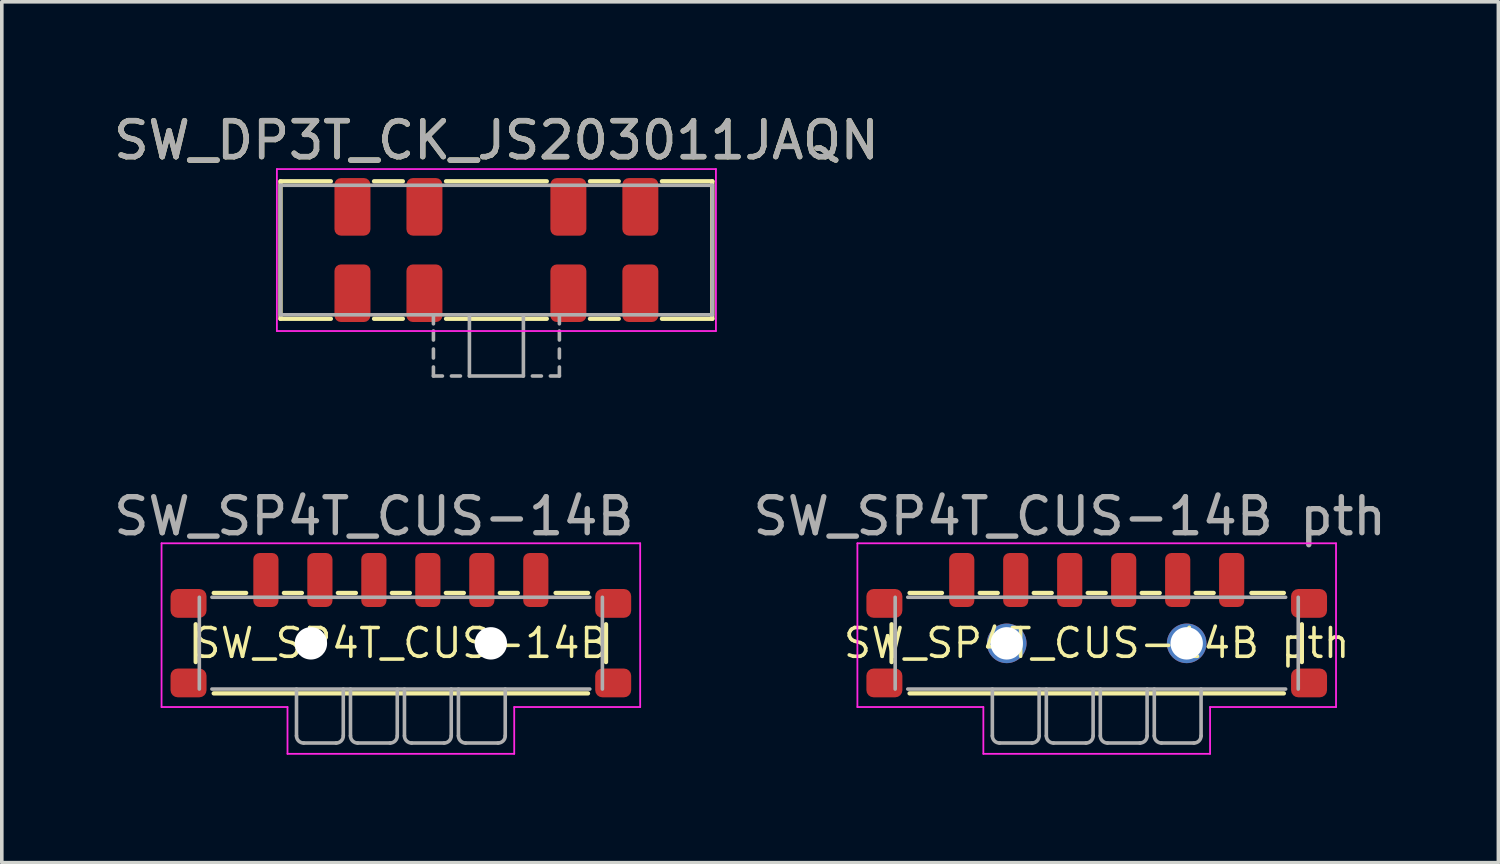
<source format=kicad_pcb>
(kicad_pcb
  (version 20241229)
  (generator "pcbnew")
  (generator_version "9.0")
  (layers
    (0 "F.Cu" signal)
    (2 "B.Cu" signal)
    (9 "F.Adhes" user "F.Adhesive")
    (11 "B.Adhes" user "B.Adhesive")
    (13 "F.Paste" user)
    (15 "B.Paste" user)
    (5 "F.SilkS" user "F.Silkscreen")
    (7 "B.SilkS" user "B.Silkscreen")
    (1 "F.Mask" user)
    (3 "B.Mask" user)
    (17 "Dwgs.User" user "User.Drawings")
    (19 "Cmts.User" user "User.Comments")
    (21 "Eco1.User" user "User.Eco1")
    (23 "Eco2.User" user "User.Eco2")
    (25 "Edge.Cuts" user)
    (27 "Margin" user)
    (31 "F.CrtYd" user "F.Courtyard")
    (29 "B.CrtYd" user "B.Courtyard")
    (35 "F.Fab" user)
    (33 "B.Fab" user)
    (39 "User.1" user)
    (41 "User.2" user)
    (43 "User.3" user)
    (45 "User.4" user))
  (footprint "SW_DP3T_CK_JS203011JAQN"
    (layer "F.Cu")
    (at 10.744 3.898)
    (property "Reference" "SW_DP3T_CK_JS203011JAQN" (at 0 -3.05 0) (layer "F.SilkS") (effects (font (size 1 1) (thickness 0.15))))
    (attr smd)
    (fp_line (start -6 -1.91) (end -6 1.91) (stroke (width 0.12) (type solid)) (layer "F.SilkS"))
    (fp_line (start -4.6 -1.91) (end -6 -1.91) (stroke (width 0.12) (type solid)) (layer "F.SilkS"))
    (fp_line (start -4.6 1.91) (end -6 1.91) (stroke (width 0.12) (type solid)) (layer "F.SilkS"))
    (fp_line (start -2.6 -1.91) (end -3.4 -1.91) (stroke (width 0.12) (type solid)) (layer "F.SilkS"))
    (fp_line (start -2.6 1.91) (end -3.4 1.91) (stroke (width 0.12) (type solid)) (layer "F.SilkS"))
    (fp_line (start 1.4 -1.91) (end -1.4 -1.91) (stroke (width 0.12) (type solid)) (layer "F.SilkS"))
    (fp_line (start 1.4 1.91) (end -1.4 1.91) (stroke (width 0.12) (type solid)) (layer "F.SilkS"))
    (fp_line (start 3.4 -1.91) (end 2.6 -1.91) (stroke (width 0.12) (type solid)) (layer "F.SilkS"))
    (fp_line (start 3.4 1.91) (end 2.6 1.91) (stroke (width 0.12) (type solid)) (layer "F.SilkS"))
    (fp_line (start 6 -1.91) (end 4.6 -1.91) (stroke (width 0.12) (type solid)) (layer "F.SilkS"))
    (fp_line (start 6 -1.91) (end 6 1.91) (stroke (width 0.12) (type solid)) (layer "F.SilkS"))
    (fp_line (start 6 1.91) (end 4.6 1.91) (stroke (width 0.12) (type solid)) (layer "F.SilkS"))
    (fp_line (start -6.1 -2.25) (end -6.1 2.25) (stroke (width 0.05) (type solid)) (layer "F.CrtYd"))
    (fp_line (start -6.1 -2.25) (end 6.1 -2.25) (stroke (width 0.05) (type solid)) (layer "F.CrtYd"))
    (fp_line (start 6.1 -2.25) (end 6.1 2.25) (stroke (width 0.05) (type solid)) (layer "F.CrtYd"))
    (fp_line (start 6.1 2.25) (end -6.1 2.25) (stroke (width 0.05) (type solid)) (layer "F.CrtYd"))
    (fp_line (start -6 -1.8) (end 6 -1.8) (stroke (width 0.1) (type solid)) (layer "F.Fab"))
    (fp_line (start -6 1.8) (end -6 -1.8) (stroke (width 0.1) (type solid)) (layer "F.Fab"))
    (fp_line (start -1.75 1.8) (end -1.75 2.05) (stroke (width 0.1) (type solid)) (layer "F.Fab"))
    (fp_line (start -1.75 2.25) (end -1.75 2.5) (stroke (width 0.1) (type solid)) (layer "F.Fab"))
    (fp_line (start -1.75 2.75) (end -1.75 3) (stroke (width 0.1) (type solid)) (layer "F.Fab"))
    (fp_line (start -1.75 3.25) (end -1.75 3.5) (stroke (width 0.1) (type solid)) (layer "F.Fab"))
    (fp_line (start -1.5 3.5) (end -1.75 3.5) (stroke (width 0.1) (type solid)) (layer "F.Fab"))
    (fp_line (start -1 3.5) (end -1.25 3.5) (stroke (width 0.1) (type solid)) (layer "F.Fab"))
    (fp_line (start -0.75 1.8) (end -0.75 3.5) (stroke (width 0.1) (type solid)) (layer "F.Fab"))
    (fp_line (start 0.75 1.8) (end 0.75 3.5) (stroke (width 0.1) (type solid)) (layer "F.Fab"))
    (fp_line (start 0.75 3.5) (end -0.75 3.5) (stroke (width 0.1) (type solid)) (layer "F.Fab"))
    (fp_line (start 1.25 3.5) (end 1 3.5) (stroke (width 0.1) (type solid)) (layer "F.Fab"))
    (fp_line (start 1.75 1.8) (end 1.75 2.05) (stroke (width 0.1) (type solid)) (layer "F.Fab"))
    (fp_line (start 1.75 2.25) (end 1.75 2.5) (stroke (width 0.1) (type solid)) (layer "F.Fab"))
    (fp_line (start 1.75 2.75) (end 1.75 3) (stroke (width 0.1) (type solid)) (layer "F.Fab"))
    (fp_line (start 1.75 3.25) (end 1.75 3.5) (stroke (width 0.1) (type solid)) (layer "F.Fab"))
    (fp_line (start 1.75 3.5) (end 1.5 3.5) (stroke (width 0.1) (type solid)) (layer "F.Fab"))
    (fp_line (start 6 -1.8) (end 6 1.8) (stroke (width 0.1) (type solid)) (layer "F.Fab"))
    (fp_line (start 6 1.8) (end -6 1.8) (stroke (width 0.1) (type solid)) (layer "F.Fab"))
    (fp_text user "${REFERENCE}" (at 0 -3.05 0) (layer "F.Fab") (effects (font (size 1 1) (thickness 0.15))))
    (pad "1" smd roundrect (at -4 1.2) (size 1 1.6) (layers "F.Cu" "F.Mask" "F.Paste") (roundrect_rratio 0.18))
    (pad "2" smd roundrect (at -2 1.2) (size 1 1.6) (layers "F.Cu" "F.Mask" "F.Paste") (roundrect_rratio 0.18))
    (pad "3" smd roundrect (at 2 1.2) (size 1 1.6) (layers "F.Cu" "F.Mask" "F.Paste") (roundrect_rratio 0.18))
    (pad "4" smd roundrect (at 4 1.2) (size 1 1.6) (layers "F.Cu" "F.Mask" "F.Paste") (roundrect_rratio 0.18))
    (pad "5" smd roundrect (at -4 -1.2) (size 1 1.6) (layers "F.Cu" "F.Mask" "F.Paste") (roundrect_rratio 0.18))
    (pad "6" smd roundrect (at -2 -1.2) (size 1 1.6) (layers "F.Cu" "F.Mask" "F.Paste") (roundrect_rratio 0.18))
    (pad "7" smd roundrect (at 2 -1.2) (size 1 1.6) (layers "F.Cu" "F.Mask" "F.Paste") (roundrect_rratio 0.18))
    (pad "8" smd roundrect (at 4 -1.2) (size 1 1.6) (layers "F.Cu" "F.Mask" "F.Paste") (roundrect_rratio 0.18)))
  (footprint "SW_SP4T_CUS-14B"
    (layer "F.Cu")
    (at 8.089 14.822)
    (property "Reference" "SW_SP4T_CUS-14B" (at 0 0 0) (unlocked yes) (layer "F.SilkS") (effects (font (size 0.8 0.8) (thickness 0.1))))
    (attr smd)
    (fp_line (start -5.7 -0.525) (end -5.7 0.525) (stroke (width 0.12) (type solid)) (layer "F.SilkS"))
    (fp_line (start -5.2 -1.395) (end -4.3 -1.395) (stroke (width 0.12) (type solid)) (layer "F.SilkS"))
    (fp_line (start -5.2 1.395) (end 5.2 1.395) (stroke (width 0.12) (type solid)) (layer "F.SilkS"))
    (fp_line (start -3.25 -1.395) (end -2.75 -1.395) (stroke (width 0.12) (type solid)) (layer "F.SilkS"))
    (fp_line (start -1.75 -1.395) (end -1.25 -1.395) (stroke (width 0.12) (type solid)) (layer "F.SilkS"))
    (fp_line (start -0.25 -1.395) (end 0.25 -1.395) (stroke (width 0.12) (type solid)) (layer "F.SilkS"))
    (fp_line (start 1.25 -1.395) (end 1.75 -1.395) (stroke (width 0.12) (type solid)) (layer "F.SilkS"))
    (fp_line (start 2.75 -1.395) (end 3.25 -1.395) (stroke (width 0.12) (type solid)) (layer "F.SilkS"))
    (fp_line (start 4.3 -1.395) (end 5.2 -1.395) (stroke (width 0.12) (type solid)) (layer "F.SilkS"))
    (fp_line (start 5.7 0.525) (end 5.7 -0.525) (stroke (width 0.12) (type solid)) (layer "F.SilkS"))
    (fp_line (start -6.65 -2.775) (end 6.65 -2.775) (stroke (width 0.05) (type solid)) (layer "F.CrtYd"))
    (fp_line (start -6.65 1.775) (end -6.65 -2.775) (stroke (width 0.05) (type solid)) (layer "F.CrtYd"))
    (fp_line (start -3.15 1.775) (end -6.65 1.775) (stroke (width 0.05) (type solid)) (layer "F.CrtYd"))
    (fp_line (start -3.15 3.075) (end -3.15 1.775) (stroke (width 0.05) (type solid)) (layer "F.CrtYd"))
    (fp_line (start 3.15 1.775) (end 3.15 3.075) (stroke (width 0.05) (type solid)) (layer "F.CrtYd"))
    (fp_line (start 3.15 3.075) (end -3.15 3.075) (stroke (width 0.05) (type solid)) (layer "F.CrtYd"))
    (fp_line (start 6.65 -2.775) (end 6.65 1.775) (stroke (width 0.05) (type solid)) (layer "F.CrtYd"))
    (fp_line (start 6.65 1.775) (end 3.15 1.775) (stroke (width 0.05) (type solid)) (layer "F.CrtYd"))
    (fp_line (start -5.6 1.275) (end -5.6 -1.275) (stroke (width 0.1) (type solid)) (layer "F.Fab"))
    (fp_line (start -5.25 -1.275) (end 5.25 -1.275) (stroke (width 0.1) (type solid)) (layer "F.Fab"))
    (fp_line (start -2.9 2.575) (end -2.9 1.275) (stroke (width 0.1) (type solid)) (layer "F.Fab"))
    (fp_line (start -1.8 2.775) (end -2.7 2.775) (stroke (width 0.1) (type solid)) (layer "F.Fab"))
    (fp_line (start -1.6 2.575) (end -1.6 1.275) (stroke (width 0.1) (type solid)) (layer "F.Fab"))
    (fp_line (start -1.4 2.575) (end -1.4 1.275) (stroke (width 0.1) (type solid)) (layer "F.Fab"))
    (fp_line (start -0.3 2.775) (end -1.2 2.775) (stroke (width 0.1) (type solid)) (layer "F.Fab"))
    (fp_line (start -0.1 2.575) (end -0.1 1.275) (stroke (width 0.1) (type solid)) (layer "F.Fab"))
    (fp_line (start 0.1 2.575) (end 0.1 1.275) (stroke (width 0.1) (type solid)) (layer "F.Fab"))
    (fp_line (start 1.2 2.775) (end 0.3 2.775) (stroke (width 0.1) (type solid)) (layer "F.Fab"))
    (fp_line (start 1.4 2.575) (end 1.4 1.275) (stroke (width 0.1) (type solid)) (layer "F.Fab"))
    (fp_line (start 1.6 2.575) (end 1.6 1.275) (stroke (width 0.1) (type solid)) (layer "F.Fab"))
    (fp_line (start 2.7 2.775) (end 1.8 2.775) (stroke (width 0.1) (type solid)) (layer "F.Fab"))
    (fp_line (start 2.9 2.575) (end 2.9 1.275) (stroke (width 0.1) (type solid)) (layer "F.Fab"))
    (fp_line (start 5.25 1.275) (end -5.25 1.275) (stroke (width 0.1) (type solid)) (layer "F.Fab"))
    (fp_line (start 5.6 -1.275) (end 5.6 1.275) (stroke (width 0.1) (type solid)) (layer "F.Fab"))
    (fp_arc (start -2.7 2.775) (mid -2.841421 2.716421) (end -2.9 2.575) (stroke (width 0.1) (type solid)) (layer "F.Fab"))
    (fp_arc (start -1.6 2.575) (mid -1.658579 2.716421) (end -1.8 2.775) (stroke (width 0.1) (type solid)) (layer "F.Fab"))
    (fp_arc (start -1.2 2.775) (mid -1.341421 2.716421) (end -1.4 2.575) (stroke (width 0.1) (type solid)) (layer "F.Fab"))
    (fp_arc (start -0.1 2.575) (mid -0.158579 2.716421) (end -0.3 2.775) (stroke (width 0.1) (type solid)) (layer "F.Fab"))
    (fp_arc (start 0.3 2.775) (mid 0.158579 2.716421) (end 0.1 2.575) (stroke (width 0.1) (type solid)) (layer "F.Fab"))
    (fp_arc (start 1.4 2.575) (mid 1.341421 2.716421) (end 1.2 2.775) (stroke (width 0.1) (type solid)) (layer "F.Fab"))
    (fp_arc (start 1.8 2.775) (mid 1.658579 2.716421) (end 1.6 2.575) (stroke (width 0.1) (type solid)) (layer "F.Fab"))
    (fp_arc (start 2.9 2.575) (mid 2.841421 2.716421) (end 2.7 2.775) (stroke (width 0.1) (type solid)) (layer "F.Fab"))
    (fp_text user "${REFERENCE}" (at -0.75 -3.525 0) (layer "F.Fab") (effects (font (size 1 1) (thickness 0.15))))
    (pad "" np_thru_hole circle (at -2.5 0.005) (size 0.9 0.9) (drill 0.9) (layers "*.Cu" "*.Mask"))
    (pad "" np_thru_hole circle (at 2.5 0.005) (size 0.9 0.9) (drill 0.9) (layers "*.Cu" "*.Mask"))
    (pad "1" smd roundrect (at -3.75 -1.755) (size 0.7 1.5) (layers "F.Cu" "F.Mask" "F.Paste") (roundrect_rratio 0.25))
    (pad "2" smd roundrect (at -2.25 -1.755) (size 0.7 1.5) (layers "F.Cu" "F.Mask" "F.Paste") (roundrect_rratio 0.25))
    (pad "3" smd roundrect (at -0.75 -1.755) (size 0.7 1.5) (layers "F.Cu" "F.Mask" "F.Paste") (roundrect_rratio 0.25))
    (pad "4" smd roundrect (at 0.75 -1.755) (size 0.7 1.5) (layers "F.Cu" "F.Mask" "F.Paste") (roundrect_rratio 0.25))
    (pad "5" smd roundrect (at 2.25 -1.755) (size 0.7 1.5) (layers "F.Cu" "F.Mask" "F.Paste") (roundrect_rratio 0.25))
    (pad "6" smd roundrect (at 3.75 -1.755) (size 0.7 1.5) (layers "F.Cu" "F.Mask" "F.Paste") (roundrect_rratio 0.25))
    (pad "S" smd roundrect (at -5.9 -1.105) (size 1 0.8) (layers "F.Cu" "F.Mask" "F.Paste") (roundrect_rratio 0.25))
    (pad "S" smd roundrect (at -5.9 1.105) (size 1 0.8) (layers "F.Cu" "F.Mask" "F.Paste") (roundrect_rratio 0.25))
    (pad "S" smd roundrect (at 5.9 -1.105) (size 1 0.8) (layers "F.Cu" "F.Mask" "F.Paste") (roundrect_rratio 0.25))
    (pad "S" smd roundrect (at 5.9 1.105) (size 1 0.8) (layers "F.Cu" "F.Mask" "F.Paste") (roundrect_rratio 0.25)))
  (footprint "SW_SP4T_CUS-14B pth"
    (layer "F.Cu")
    (at 27.425 14.822)
    (property "Reference" "SW_SP4T_CUS-14B pth" (at 0 0 0) (unlocked yes) (layer "F.SilkS") (effects (font (size 0.8 0.8) (thickness 0.1))))
    (attr smd)
    (fp_line (start -5.7 -0.525) (end -5.7 0.525) (stroke (width 0.12) (type solid)) (layer "F.SilkS"))
    (fp_line (start -5.2 -1.395) (end -4.3 -1.395) (stroke (width 0.12) (type solid)) (layer "F.SilkS"))
    (fp_line (start -5.2 1.395) (end 5.2 1.395) (stroke (width 0.12) (type solid)) (layer "F.SilkS"))
    (fp_line (start -3.25 -1.395) (end -2.75 -1.395) (stroke (width 0.12) (type solid)) (layer "F.SilkS"))
    (fp_line (start -1.75 -1.395) (end -1.25 -1.395) (stroke (width 0.12) (type solid)) (layer "F.SilkS"))
    (fp_line (start -0.25 -1.395) (end 0.25 -1.395) (stroke (width 0.12) (type solid)) (layer "F.SilkS"))
    (fp_line (start 1.25 -1.395) (end 1.75 -1.395) (stroke (width 0.12) (type solid)) (layer "F.SilkS"))
    (fp_line (start 2.75 -1.395) (end 3.25 -1.395) (stroke (width 0.12) (type solid)) (layer "F.SilkS"))
    (fp_line (start 4.3 -1.395) (end 5.2 -1.395) (stroke (width 0.12) (type solid)) (layer "F.SilkS"))
    (fp_line (start 5.7 0.525) (end 5.7 -0.525) (stroke (width 0.12) (type solid)) (layer "F.SilkS"))
    (fp_line (start -6.65 -2.775) (end 6.65 -2.775) (stroke (width 0.05) (type solid)) (layer "F.CrtYd"))
    (fp_line (start -6.65 1.775) (end -6.65 -2.775) (stroke (width 0.05) (type solid)) (layer "F.CrtYd"))
    (fp_line (start -3.15 1.775) (end -6.65 1.775) (stroke (width 0.05) (type solid)) (layer "F.CrtYd"))
    (fp_line (start -3.15 3.075) (end -3.15 1.775) (stroke (width 0.05) (type solid)) (layer "F.CrtYd"))
    (fp_line (start 3.15 1.775) (end 3.15 3.075) (stroke (width 0.05) (type solid)) (layer "F.CrtYd"))
    (fp_line (start 3.15 3.075) (end -3.15 3.075) (stroke (width 0.05) (type solid)) (layer "F.CrtYd"))
    (fp_line (start 6.65 -2.775) (end 6.65 1.775) (stroke (width 0.05) (type solid)) (layer "F.CrtYd"))
    (fp_line (start 6.65 1.775) (end 3.15 1.775) (stroke (width 0.05) (type solid)) (layer "F.CrtYd"))
    (fp_line (start -5.6 1.275) (end -5.6 -1.275) (stroke (width 0.1) (type solid)) (layer "F.Fab"))
    (fp_line (start -5.25 -1.275) (end 5.25 -1.275) (stroke (width 0.1) (type solid)) (layer "F.Fab"))
    (fp_line (start -2.9 2.575) (end -2.9 1.275) (stroke (width 0.1) (type solid)) (layer "F.Fab"))
    (fp_line (start -1.8 2.775) (end -2.7 2.775) (stroke (width 0.1) (type solid)) (layer "F.Fab"))
    (fp_line (start -1.6 2.575) (end -1.6 1.275) (stroke (width 0.1) (type solid)) (layer "F.Fab"))
    (fp_line (start -1.4 2.575) (end -1.4 1.275) (stroke (width 0.1) (type solid)) (layer "F.Fab"))
    (fp_line (start -0.3 2.775) (end -1.2 2.775) (stroke (width 0.1) (type solid)) (layer "F.Fab"))
    (fp_line (start -0.1 2.575) (end -0.1 1.275) (stroke (width 0.1) (type solid)) (layer "F.Fab"))
    (fp_line (start 0.1 2.575) (end 0.1 1.275) (stroke (width 0.1) (type solid)) (layer "F.Fab"))
    (fp_line (start 1.2 2.775) (end 0.3 2.775) (stroke (width 0.1) (type solid)) (layer "F.Fab"))
    (fp_line (start 1.4 2.575) (end 1.4 1.275) (stroke (width 0.1) (type solid)) (layer "F.Fab"))
    (fp_line (start 1.6 2.575) (end 1.6 1.275) (stroke (width 0.1) (type solid)) (layer "F.Fab"))
    (fp_line (start 2.7 2.775) (end 1.8 2.775) (stroke (width 0.1) (type solid)) (layer "F.Fab"))
    (fp_line (start 2.9 2.575) (end 2.9 1.275) (stroke (width 0.1) (type solid)) (layer "F.Fab"))
    (fp_line (start 5.25 1.275) (end -5.25 1.275) (stroke (width 0.1) (type solid)) (layer "F.Fab"))
    (fp_line (start 5.6 -1.275) (end 5.6 1.275) (stroke (width 0.1) (type solid)) (layer "F.Fab"))
    (fp_arc (start -2.7 2.775) (mid -2.841421 2.716421) (end -2.9 2.575) (stroke (width 0.1) (type solid)) (layer "F.Fab"))
    (fp_arc (start -1.6 2.575) (mid -1.658579 2.716421) (end -1.8 2.775) (stroke (width 0.1) (type solid)) (layer "F.Fab"))
    (fp_arc (start -1.2 2.775) (mid -1.341421 2.716421) (end -1.4 2.575) (stroke (width 0.1) (type solid)) (layer "F.Fab"))
    (fp_arc (start -0.1 2.575) (mid -0.158579 2.716421) (end -0.3 2.775) (stroke (width 0.1) (type solid)) (layer "F.Fab"))
    (fp_arc (start 0.3 2.775) (mid 0.158579 2.716421) (end 0.1 2.575) (stroke (width 0.1) (type solid)) (layer "F.Fab"))
    (fp_arc (start 1.4 2.575) (mid 1.341421 2.716421) (end 1.2 2.775) (stroke (width 0.1) (type solid)) (layer "F.Fab"))
    (fp_arc (start 1.8 2.775) (mid 1.658579 2.716421) (end 1.6 2.575) (stroke (width 0.1) (type solid)) (layer "F.Fab"))
    (fp_arc (start 2.9 2.575) (mid 2.841421 2.716421) (end 2.7 2.775) (stroke (width 0.1) (type solid)) (layer "F.Fab"))
    (fp_text user "${REFERENCE}" (at -0.75 -3.525 0) (layer "F.Fab") (effects (font (size 1 1) (thickness 0.15))))
    (pad "1" smd roundrect (at -3.75 -1.755) (size 0.7 1.5) (layers "F.Cu" "F.Mask" "F.Paste") (roundrect_rratio 0.25))
    (pad "2" smd roundrect (at -2.25 -1.755) (size 0.7 1.5) (layers "F.Cu" "F.Mask" "F.Paste") (roundrect_rratio 0.25))
    (pad "3" smd roundrect (at -0.75 -1.755) (size 0.7 1.5) (layers "F.Cu" "F.Mask" "F.Paste") (roundrect_rratio 0.25))
    (pad "4" smd roundrect (at 0.75 -1.755) (size 0.7 1.5) (layers "F.Cu" "F.Mask" "F.Paste") (roundrect_rratio 0.25))
    (pad "5" smd roundrect (at 2.25 -1.755) (size 0.7 1.5) (layers "F.Cu" "F.Mask" "F.Paste") (roundrect_rratio 0.25))
    (pad "6" smd roundrect (at 3.75 -1.755) (size 0.7 1.5) (layers "F.Cu" "F.Mask" "F.Paste") (roundrect_rratio 0.25))
    (pad "S" smd roundrect (at -5.9 -1.105) (size 1 0.8) (layers "F.Cu" "F.Mask" "F.Paste") (roundrect_rratio 0.25))
    (pad "S" smd roundrect (at -5.9 1.105) (size 1 0.8) (layers "F.Cu" "F.Mask" "F.Paste") (roundrect_rratio 0.25))
    (pad "S" thru_hole circle (at -2.5 0.005) (size 1.1 1.1) (drill 0.9) (layers "*.Cu" "*.Mask"))
    (pad "S" thru_hole circle (at 2.5 0.005) (size 1.1 1.1) (drill 0.9) (layers "*.Cu" "*.Mask"))
    (pad "S" smd roundrect (at 5.9 -1.105) (size 1 0.8) (layers "F.Cu" "F.Mask" "F.Paste") (roundrect_rratio 0.25))
    (pad "S" smd roundrect (at 5.9 1.105) (size 1 0.8) (layers "F.Cu" "F.Mask" "F.Paste") (roundrect_rratio 0.25)))
  (gr_rect
    (start -3 -3)
    (end 38.586 20.922)
    (stroke (width 0.1) (type default))
    (fill no)
    (layer "Edge.Cuts")))
</source>
